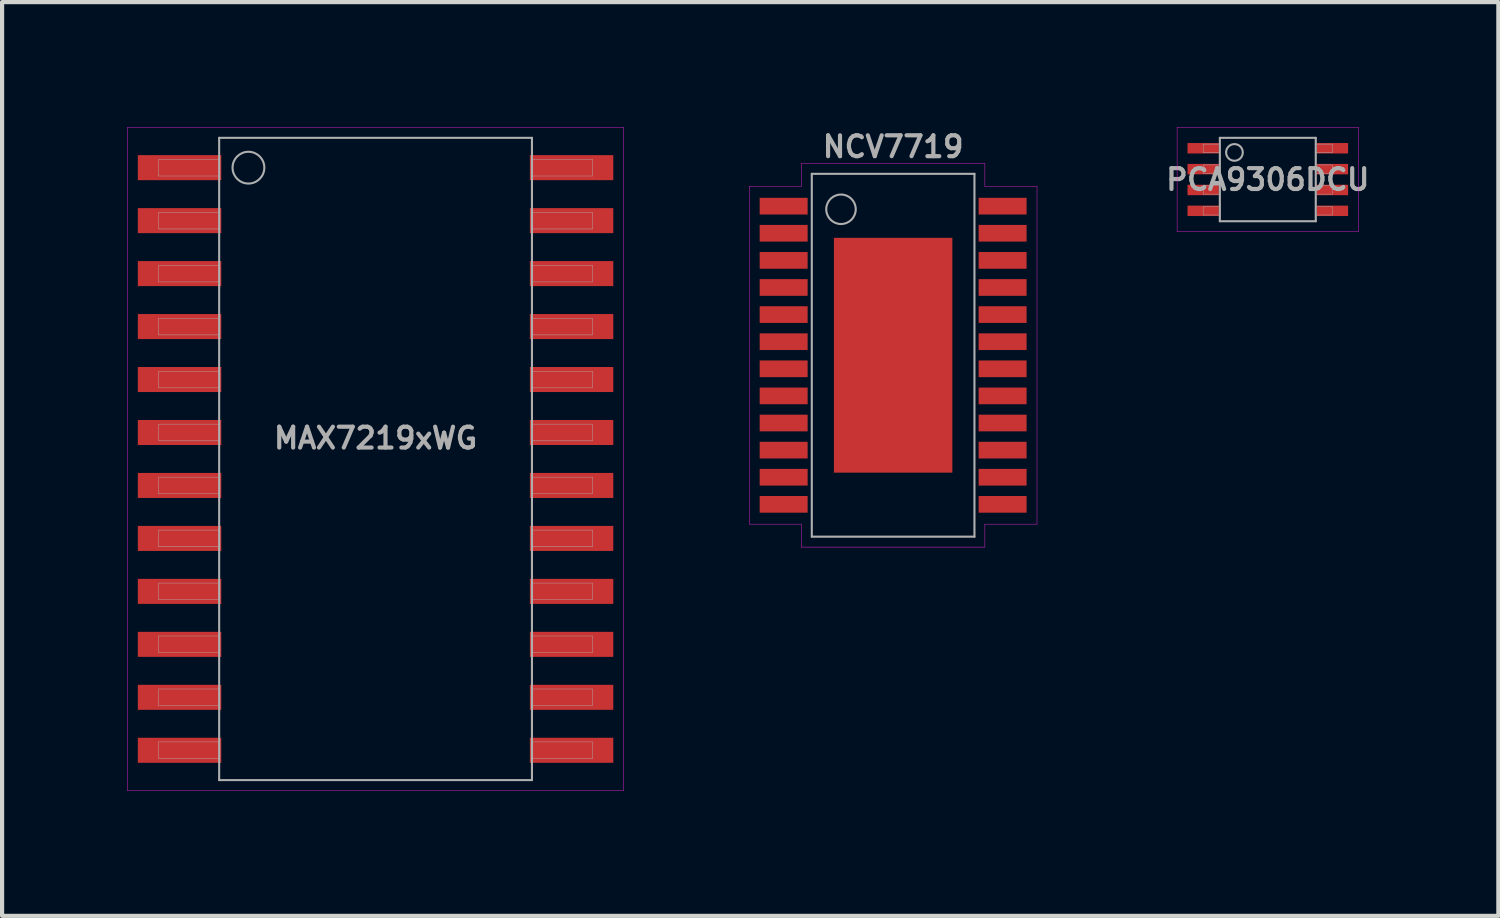
<source format=kicad_pcb>
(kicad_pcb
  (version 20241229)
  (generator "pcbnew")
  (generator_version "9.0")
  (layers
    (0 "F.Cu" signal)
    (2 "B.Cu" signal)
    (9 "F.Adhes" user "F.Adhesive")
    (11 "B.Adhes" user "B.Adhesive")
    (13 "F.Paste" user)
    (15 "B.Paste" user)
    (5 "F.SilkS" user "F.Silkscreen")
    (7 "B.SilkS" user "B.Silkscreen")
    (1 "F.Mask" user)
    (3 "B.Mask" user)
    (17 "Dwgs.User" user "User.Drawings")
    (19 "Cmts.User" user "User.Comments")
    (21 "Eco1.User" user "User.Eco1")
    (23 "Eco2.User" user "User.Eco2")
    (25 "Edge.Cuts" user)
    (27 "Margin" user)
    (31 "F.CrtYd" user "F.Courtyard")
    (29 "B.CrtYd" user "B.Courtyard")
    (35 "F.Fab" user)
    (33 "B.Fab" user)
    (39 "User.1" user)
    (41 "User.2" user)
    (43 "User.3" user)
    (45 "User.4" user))
  (footprint "PCA9306DCU"
    (layer "F.Cu")
    (at 27.349 1.255)
    (property "Reference" "PCA9306DCU" (at 0 0 0) (layer "F.Fab") (effects (font (size 0.5 0.5) (thickness 0.1))))
    (attr smd)
    (fp_line (start -2.175 -1.25) (end 2.175 -1.25) (stroke (width 0.01) (type solid)) (layer "F.CrtYd"))
    (fp_line (start -2.175 1.25) (end -2.175 -1.25) (stroke (width 0.01) (type solid)) (layer "F.CrtYd"))
    (fp_line (start 2.175 -1.25) (end 2.175 1.25) (stroke (width 0.01) (type solid)) (layer "F.CrtYd"))
    (fp_line (start 2.175 1.25) (end -2.175 1.25) (stroke (width 0.01) (type solid)) (layer "F.CrtYd"))
    (fp_line (start -1.55 -0.85) (end -1.55 -0.65) (stroke (width 0.01) (type solid)) (layer "F.Fab"))
    (fp_line (start -1.55 -0.65) (end -1.15 -0.65) (stroke (width 0.01) (type solid)) (layer "F.Fab"))
    (fp_line (start -1.55 -0.35) (end -1.55 -0.15) (stroke (width 0.01) (type solid)) (layer "F.Fab"))
    (fp_line (start -1.55 -0.15) (end -1.15 -0.15) (stroke (width 0.01) (type solid)) (layer "F.Fab"))
    (fp_line (start -1.55 0.15) (end -1.55 0.35) (stroke (width 0.01) (type solid)) (layer "F.Fab"))
    (fp_line (start -1.55 0.35) (end -1.15 0.35) (stroke (width 0.01) (type solid)) (layer "F.Fab"))
    (fp_line (start -1.55 0.65) (end -1.55 0.85) (stroke (width 0.01) (type solid)) (layer "F.Fab"))
    (fp_line (start -1.55 0.85) (end -1.15 0.85) (stroke (width 0.01) (type solid)) (layer "F.Fab"))
    (fp_line (start -1.15 -1) (end 1.15 -1) (stroke (width 0.05) (type solid)) (layer "F.Fab"))
    (fp_line (start -1.15 -0.85) (end -1.55 -0.85) (stroke (width 0.01) (type solid)) (layer "F.Fab"))
    (fp_line (start -1.15 -0.35) (end -1.55 -0.35) (stroke (width 0.01) (type solid)) (layer "F.Fab"))
    (fp_line (start -1.15 0.15) (end -1.55 0.15) (stroke (width 0.01) (type solid)) (layer "F.Fab"))
    (fp_line (start -1.15 0.65) (end -1.55 0.65) (stroke (width 0.01) (type solid)) (layer "F.Fab"))
    (fp_line (start -1.15 1) (end -1.15 -1) (stroke (width 0.05) (type solid)) (layer "F.Fab"))
    (fp_line (start 1.15 -1) (end 1.15 1) (stroke (width 0.05) (type solid)) (layer "F.Fab"))
    (fp_line (start 1.15 -0.65) (end 1.55 -0.65) (stroke (width 0.01) (type solid)) (layer "F.Fab"))
    (fp_line (start 1.15 -0.15) (end 1.55 -0.15) (stroke (width 0.01) (type solid)) (layer "F.Fab"))
    (fp_line (start 1.15 0.35) (end 1.55 0.35) (stroke (width 0.01) (type solid)) (layer "F.Fab"))
    (fp_line (start 1.15 0.85) (end 1.55 0.85) (stroke (width 0.01) (type solid)) (layer "F.Fab"))
    (fp_line (start 1.15 1) (end -1.15 1) (stroke (width 0.05) (type solid)) (layer "F.Fab"))
    (fp_line (start 1.55 -0.85) (end 1.15 -0.85) (stroke (width 0.01) (type solid)) (layer "F.Fab"))
    (fp_line (start 1.55 -0.65) (end 1.55 -0.85) (stroke (width 0.01) (type solid)) (layer "F.Fab"))
    (fp_line (start 1.55 -0.35) (end 1.15 -0.35) (stroke (width 0.01) (type solid)) (layer "F.Fab"))
    (fp_line (start 1.55 -0.15) (end 1.55 -0.35) (stroke (width 0.01) (type solid)) (layer "F.Fab"))
    (fp_line (start 1.55 0.15) (end 1.15 0.15) (stroke (width 0.01) (type solid)) (layer "F.Fab"))
    (fp_line (start 1.55 0.35) (end 1.55 0.15) (stroke (width 0.01) (type solid)) (layer "F.Fab"))
    (fp_line (start 1.55 0.65) (end 1.15 0.65) (stroke (width 0.01) (type solid)) (layer "F.Fab"))
    (fp_line (start 1.55 0.85) (end 1.55 0.65) (stroke (width 0.01) (type solid)) (layer "F.Fab"))
    (fp_circle (center -0.8 -0.65) (end -0.6 -0.65) (stroke (width 0.05) (type solid)) (fill no) (layer "F.Fab"))
    (pad "1" smd rect (at -1.55 -0.75 270) (size 0.25 0.75) (layers "F.Cu" "F.Mask" "F.Paste"))
    (pad "2" smd rect (at -1.55 -0.25 270) (size 0.25 0.75) (layers "F.Cu" "F.Mask" "F.Paste"))
    (pad "3" smd rect (at -1.55 0.25 270) (size 0.25 0.75) (layers "F.Cu" "F.Mask" "F.Paste"))
    (pad "4" smd rect (at -1.55 0.75 270) (size 0.25 0.75) (layers "F.Cu" "F.Mask" "F.Paste"))
    (pad "5" smd rect (at 1.55 0.75 270) (size 0.25 0.75) (layers "F.Cu" "F.Mask" "F.Paste"))
    (pad "6" smd rect (at 1.55 0.25 270) (size 0.25 0.75) (layers "F.Cu" "F.Mask" "F.Paste"))
    (pad "7" smd rect (at 1.55 -0.25 270) (size 0.25 0.75) (layers "F.Cu" "F.Mask" "F.Paste"))
    (pad "8" smd rect (at 1.55 -0.75 270) (size 0.25 0.75) (layers "F.Cu" "F.Mask" "F.Paste")))
  (footprint "NCV7719"
    (layer "F.Cu")
    (at 18.365 5.468)
    (property "Reference" "NCV7719" (at 0 -5 0) (layer "F.Fab") (effects (font (size 0.5 0.5) (thickness 0.1))))
    (attr smd)
    (fp_line (start -3.45 -4.05) (end -2.2 -4.05) (stroke (width 0.01) (type solid)) (layer "F.CrtYd"))
    (fp_line (start -3.45 4.05) (end -3.45 -4.05) (stroke (width 0.01) (type solid)) (layer "F.CrtYd"))
    (fp_line (start -3.45 4.05) (end -2.2 4.05) (stroke (width 0.01) (type solid)) (layer "F.CrtYd"))
    (fp_line (start -2.2 -4.6) (end 2.2 -4.6) (stroke (width 0.01) (type solid)) (layer "F.CrtYd"))
    (fp_line (start -2.2 -4.05) (end -2.2 -4.6) (stroke (width 0.01) (type solid)) (layer "F.CrtYd"))
    (fp_line (start -2.2 4.05) (end -2.2 4.6) (stroke (width 0.01) (type solid)) (layer "F.CrtYd"))
    (fp_line (start 2.2 -4.05) (end 2.2 -4.6) (stroke (width 0.01) (type solid)) (layer "F.CrtYd"))
    (fp_line (start 2.2 4.05) (end 2.2 4.6) (stroke (width 0.01) (type solid)) (layer "F.CrtYd"))
    (fp_line (start 2.2 4.6) (end -2.2 4.6) (stroke (width 0.01) (type solid)) (layer "F.CrtYd"))
    (fp_line (start 3.45 -4.05) (end 2.2 -4.05) (stroke (width 0.01) (type solid)) (layer "F.CrtYd"))
    (fp_line (start 3.45 -4.05) (end 3.45 4.05) (stroke (width 0.01) (type solid)) (layer "F.CrtYd"))
    (fp_line (start 3.45 4.05) (end 2.2 4.05) (stroke (width 0.01) (type solid)) (layer "F.CrtYd"))
    (fp_line (start -1.95 -4.35) (end 1.95 -4.35) (stroke (width 0.05) (type solid)) (layer "F.Fab"))
    (fp_line (start -1.95 4.35) (end -1.95 -4.35) (stroke (width 0.05) (type solid)) (layer "F.Fab"))
    (fp_line (start 1.95 -4.35) (end 1.95 4.35) (stroke (width 0.05) (type solid)) (layer "F.Fab"))
    (fp_line (start 1.95 4.35) (end -1.95 4.35) (stroke (width 0.05) (type solid)) (layer "F.Fab"))
    (fp_circle (center -1.25 -3.5) (end -1.5 -3.25) (stroke (width 0.05) (type solid)) (fill no) (layer "F.Fab"))
    (pad "" smd rect (at -0.75 -1.75) (size 1 1.5) (layers "F.Paste"))
    (pad "" smd rect (at -0.75 0) (size 1 1.5) (layers "F.Paste"))
    (pad "" smd rect (at -0.75 1.75) (size 1 1.5) (layers "F.Paste"))
    (pad "" smd rect (at 0.75 -1.75) (size 1 1.5) (layers "F.Paste"))
    (pad "" smd rect (at 0.75 0) (size 1 1.5) (layers "F.Paste"))
    (pad "" smd rect (at 0.75 1.75) (size 1 1.5) (layers "F.Paste"))
    (pad "1" smd rect (at -2.625 -3.575 270) (size 0.4 1.15) (layers "F.Cu" "F.Mask" "F.Paste"))
    (pad "2" smd rect (at -2.625 -2.925 270) (size 0.4 1.15) (layers "F.Cu" "F.Mask" "F.Paste"))
    (pad "3" smd rect (at -2.625 -2.275 270) (size 0.4 1.15) (layers "F.Cu" "F.Mask" "F.Paste"))
    (pad "4" smd rect (at -2.625 -1.625 270) (size 0.4 1.15) (layers "F.Cu" "F.Mask" "F.Paste"))
    (pad "5" smd rect (at -2.625 -0.975 270) (size 0.4 1.15) (layers "F.Cu" "F.Mask" "F.Paste"))
    (pad "6" smd rect (at -2.625 -0.325 270) (size 0.4 1.15) (layers "F.Cu" "F.Mask" "F.Paste"))
    (pad "7" smd rect (at -2.625 0.325 270) (size 0.4 1.15) (layers "F.Cu" "F.Mask" "F.Paste"))
    (pad "8" smd rect (at -2.625 0.975 270) (size 0.4 1.15) (layers "F.Cu" "F.Mask" "F.Paste"))
    (pad "9" smd rect (at -2.625 1.625 270) (size 0.4 1.15) (layers "F.Cu" "F.Mask" "F.Paste"))
    (pad "10" smd rect (at -2.625 2.275 270) (size 0.4 1.15) (layers "F.Cu" "F.Mask" "F.Paste"))
    (pad "11" smd rect (at -2.625 2.925 270) (size 0.4 1.15) (layers "F.Cu" "F.Mask" "F.Paste"))
    (pad "12" smd rect (at -2.625 3.575 270) (size 0.4 1.15) (layers "F.Cu" "F.Mask" "F.Paste"))
    (pad "13" smd rect (at 2.625 3.575 90) (size 0.4 1.15) (layers "F.Cu" "F.Mask" "F.Paste"))
    (pad "14" smd rect (at 2.625 2.925 90) (size 0.4 1.15) (layers "F.Cu" "F.Mask" "F.Paste"))
    (pad "15" smd rect (at 2.625 2.275 90) (size 0.4 1.15) (layers "F.Cu" "F.Mask" "F.Paste"))
    (pad "16" smd rect (at 2.625 1.625 90) (size 0.4 1.15) (layers "F.Cu" "F.Mask" "F.Paste"))
    (pad "17" smd rect (at 2.625 0.975 90) (size 0.4 1.15) (layers "F.Cu" "F.Mask" "F.Paste"))
    (pad "18" smd rect (at 2.625 0.325 90) (size 0.4 1.15) (layers "F.Cu" "F.Mask" "F.Paste"))
    (pad "19" smd rect (at 2.625 -0.325 90) (size 0.4 1.15) (layers "F.Cu" "F.Mask" "F.Paste"))
    (pad "20" smd rect (at 2.625 -0.975 90) (size 0.4 1.15) (layers "F.Cu" "F.Mask" "F.Paste"))
    (pad "21" smd rect (at 2.625 -1.625 90) (size 0.4 1.15) (layers "F.Cu" "F.Mask" "F.Paste"))
    (pad "22" smd rect (at 2.625 -2.275 90) (size 0.4 1.15) (layers "F.Cu" "F.Mask" "F.Paste"))
    (pad "23" smd rect (at 2.625 -2.925 90) (size 0.4 1.15) (layers "F.Cu" "F.Mask" "F.Paste"))
    (pad "24" smd rect (at 2.625 -3.575 90) (size 0.4 1.15) (layers "F.Cu" "F.Mask" "F.Paste"))
    (pad "T" smd rect (at 0 0) (size 2.84 5.63) (layers "F.Cu" "F.Mask")))
  (footprint "MAX7219xWG"
    (layer "F.Cu")
    (at 5.955 7.955)
    (property "Reference" "MAX7219xWG" (at 0 -0.5 0) (layer "F.Fab") (effects (font (size 0.5 0.5) (thickness 0.1))))
    (attr smd)
    (fp_line (start -5.95 -7.95) (end -5.95 7.95) (stroke (width 0.01) (type solid)) (layer "F.CrtYd"))
    (fp_line (start -5.95 -7.95) (end 5.95 -7.95) (stroke (width 0.01) (type solid)) (layer "F.CrtYd"))
    (fp_line (start -5.95 7.95) (end 5.95 7.95) (stroke (width 0.01) (type solid)) (layer "F.CrtYd"))
    (fp_line (start 5.95 -7.95) (end 5.95 7.95) (stroke (width 0.01) (type solid)) (layer "F.CrtYd"))
    (fp_line (start -5.2 -7.185) (end -5.2 -6.785) (stroke (width 0.01) (type solid)) (layer "F.Fab"))
    (fp_line (start -5.2 -7.185) (end -3.75 -7.185) (stroke (width 0.01) (type solid)) (layer "F.Fab"))
    (fp_line (start -5.2 -6.785) (end -3.75 -6.785) (stroke (width 0.01) (type solid)) (layer "F.Fab"))
    (fp_line (start -5.2 -5.915) (end -5.2 -5.515) (stroke (width 0.01) (type solid)) (layer "F.Fab"))
    (fp_line (start -5.2 -5.915) (end -3.75 -5.915) (stroke (width 0.01) (type solid)) (layer "F.Fab"))
    (fp_line (start -5.2 -5.515) (end -3.75 -5.515) (stroke (width 0.01) (type solid)) (layer "F.Fab"))
    (fp_line (start -5.2 -4.645) (end -5.2 -4.245) (stroke (width 0.01) (type solid)) (layer "F.Fab"))
    (fp_line (start -5.2 -4.645) (end -3.75 -4.645) (stroke (width 0.01) (type solid)) (layer "F.Fab"))
    (fp_line (start -5.2 -4.245) (end -3.75 -4.245) (stroke (width 0.01) (type solid)) (layer "F.Fab"))
    (fp_line (start -5.2 -3.375) (end -5.2 -2.975) (stroke (width 0.01) (type solid)) (layer "F.Fab"))
    (fp_line (start -5.2 -3.375) (end -3.75 -3.375) (stroke (width 0.01) (type solid)) (layer "F.Fab"))
    (fp_line (start -5.2 -2.975) (end -3.75 -2.975) (stroke (width 0.01) (type solid)) (layer "F.Fab"))
    (fp_line (start -5.2 -2.105) (end -5.2 -1.705) (stroke (width 0.01) (type solid)) (layer "F.Fab"))
    (fp_line (start -5.2 -2.105) (end -3.75 -2.105) (stroke (width 0.01) (type solid)) (layer "F.Fab"))
    (fp_line (start -5.2 -1.705) (end -3.75 -1.705) (stroke (width 0.01) (type solid)) (layer "F.Fab"))
    (fp_line (start -5.2 -0.835) (end -5.2 -0.435) (stroke (width 0.01) (type solid)) (layer "F.Fab"))
    (fp_line (start -5.2 -0.835) (end -3.75 -0.835) (stroke (width 0.01) (type solid)) (layer "F.Fab"))
    (fp_line (start -5.2 -0.435) (end -3.75 -0.435) (stroke (width 0.01) (type solid)) (layer "F.Fab"))
    (fp_line (start -5.2 0.435) (end -5.2 0.835) (stroke (width 0.01) (type solid)) (layer "F.Fab"))
    (fp_line (start -5.2 0.435) (end -3.75 0.435) (stroke (width 0.01) (type solid)) (layer "F.Fab"))
    (fp_line (start -5.2 0.835) (end -3.75 0.835) (stroke (width 0.01) (type solid)) (layer "F.Fab"))
    (fp_line (start -5.2 1.705) (end -5.2 2.105) (stroke (width 0.01) (type solid)) (layer "F.Fab"))
    (fp_line (start -5.2 1.705) (end -3.75 1.705) (stroke (width 0.01) (type solid)) (layer "F.Fab"))
    (fp_line (start -5.2 2.105) (end -3.75 2.105) (stroke (width 0.01) (type solid)) (layer "F.Fab"))
    (fp_line (start -5.2 2.975) (end -5.2 3.375) (stroke (width 0.01) (type solid)) (layer "F.Fab"))
    (fp_line (start -5.2 2.975) (end -3.75 2.975) (stroke (width 0.01) (type solid)) (layer "F.Fab"))
    (fp_line (start -5.2 3.375) (end -3.75 3.375) (stroke (width 0.01) (type solid)) (layer "F.Fab"))
    (fp_line (start -5.2 4.245) (end -5.2 4.645) (stroke (width 0.01) (type solid)) (layer "F.Fab"))
    (fp_line (start -5.2 4.245) (end -3.75 4.245) (stroke (width 0.01) (type solid)) (layer "F.Fab"))
    (fp_line (start -5.2 4.645) (end -3.75 4.645) (stroke (width 0.01) (type solid)) (layer "F.Fab"))
    (fp_line (start -5.2 5.515) (end -5.2 5.915) (stroke (width 0.01) (type solid)) (layer "F.Fab"))
    (fp_line (start -5.2 5.515) (end -3.75 5.515) (stroke (width 0.01) (type solid)) (layer "F.Fab"))
    (fp_line (start -5.2 5.915) (end -3.75 5.915) (stroke (width 0.01) (type solid)) (layer "F.Fab"))
    (fp_line (start -5.2 6.785) (end -5.2 7.185) (stroke (width 0.01) (type solid)) (layer "F.Fab"))
    (fp_line (start -5.2 6.785) (end -3.75 6.785) (stroke (width 0.01) (type solid)) (layer "F.Fab"))
    (fp_line (start -5.2 7.185) (end -3.75 7.185) (stroke (width 0.01) (type solid)) (layer "F.Fab"))
    (fp_line (start -3.75 -7.7) (end 3.75 -7.7) (stroke (width 0.05) (type solid)) (layer "F.Fab"))
    (fp_line (start -3.75 7.7) (end -3.75 -7.7) (stroke (width 0.05) (type solid)) (layer "F.Fab"))
    (fp_line (start 3.75 -7.7) (end 3.75 7.7) (stroke (width 0.05) (type solid)) (layer "F.Fab"))
    (fp_line (start 3.75 7.7) (end -3.75 7.7) (stroke (width 0.05) (type solid)) (layer "F.Fab"))
    (fp_line (start 5.2 -7.185) (end 3.75 -7.185) (stroke (width 0.01) (type solid)) (layer "F.Fab"))
    (fp_line (start 5.2 -6.785) (end 3.75 -6.785) (stroke (width 0.01) (type solid)) (layer "F.Fab"))
    (fp_line (start 5.2 -6.785) (end 5.2 -7.185) (stroke (width 0.01) (type solid)) (layer "F.Fab"))
    (fp_line (start 5.2 -5.915) (end 3.75 -5.915) (stroke (width 0.01) (type solid)) (layer "F.Fab"))
    (fp_line (start 5.2 -5.515) (end 3.75 -5.515) (stroke (width 0.01) (type solid)) (layer "F.Fab"))
    (fp_line (start 5.2 -5.515) (end 5.2 -5.915) (stroke (width 0.01) (type solid)) (layer "F.Fab"))
    (fp_line (start 5.2 -4.645) (end 3.75 -4.645) (stroke (width 0.01) (type solid)) (layer "F.Fab"))
    (fp_line (start 5.2 -4.245) (end 3.75 -4.245) (stroke (width 0.01) (type solid)) (layer "F.Fab"))
    (fp_line (start 5.2 -4.245) (end 5.2 -4.645) (stroke (width 0.01) (type solid)) (layer "F.Fab"))
    (fp_line (start 5.2 -3.375) (end 3.75 -3.375) (stroke (width 0.01) (type solid)) (layer "F.Fab"))
    (fp_line (start 5.2 -2.975) (end 3.75 -2.975) (stroke (width 0.01) (type solid)) (layer "F.Fab"))
    (fp_line (start 5.2 -2.975) (end 5.2 -3.375) (stroke (width 0.01) (type solid)) (layer "F.Fab"))
    (fp_line (start 5.2 -2.105) (end 3.75 -2.105) (stroke (width 0.01) (type solid)) (layer "F.Fab"))
    (fp_line (start 5.2 -1.705) (end 3.75 -1.705) (stroke (width 0.01) (type solid)) (layer "F.Fab"))
    (fp_line (start 5.2 -1.705) (end 5.2 -2.105) (stroke (width 0.01) (type solid)) (layer "F.Fab"))
    (fp_line (start 5.2 -0.835) (end 3.75 -0.835) (stroke (width 0.01) (type solid)) (layer "F.Fab"))
    (fp_line (start 5.2 -0.435) (end 3.75 -0.435) (stroke (width 0.01) (type solid)) (layer "F.Fab"))
    (fp_line (start 5.2 -0.435) (end 5.2 -0.835) (stroke (width 0.01) (type solid)) (layer "F.Fab"))
    (fp_line (start 5.2 0.435) (end 3.75 0.435) (stroke (width 0.01) (type solid)) (layer "F.Fab"))
    (fp_line (start 5.2 0.835) (end 3.75 0.835) (stroke (width 0.01) (type solid)) (layer "F.Fab"))
    (fp_line (start 5.2 0.835) (end 5.2 0.435) (stroke (width 0.01) (type solid)) (layer "F.Fab"))
    (fp_line (start 5.2 1.705) (end 3.75 1.705) (stroke (width 0.01) (type solid)) (layer "F.Fab"))
    (fp_line (start 5.2 2.105) (end 3.75 2.105) (stroke (width 0.01) (type solid)) (layer "F.Fab"))
    (fp_line (start 5.2 2.105) (end 5.2 1.705) (stroke (width 0.01) (type solid)) (layer "F.Fab"))
    (fp_line (start 5.2 2.975) (end 3.75 2.975) (stroke (width 0.01) (type solid)) (layer "F.Fab"))
    (fp_line (start 5.2 3.375) (end 3.75 3.375) (stroke (width 0.01) (type solid)) (layer "F.Fab"))
    (fp_line (start 5.2 3.375) (end 5.2 2.975) (stroke (width 0.01) (type solid)) (layer "F.Fab"))
    (fp_line (start 5.2 4.245) (end 3.75 4.245) (stroke (width 0.01) (type solid)) (layer "F.Fab"))
    (fp_line (start 5.2 4.645) (end 3.75 4.645) (stroke (width 0.01) (type solid)) (layer "F.Fab"))
    (fp_line (start 5.2 4.645) (end 5.2 4.245) (stroke (width 0.01) (type solid)) (layer "F.Fab"))
    (fp_line (start 5.2 5.515) (end 3.75 5.515) (stroke (width 0.01) (type solid)) (layer "F.Fab"))
    (fp_line (start 5.2 5.915) (end 3.75 5.915) (stroke (width 0.01) (type solid)) (layer "F.Fab"))
    (fp_line (start 5.2 5.915) (end 5.2 5.515) (stroke (width 0.01) (type solid)) (layer "F.Fab"))
    (fp_line (start 5.2 6.785) (end 3.75 6.785) (stroke (width 0.01) (type solid)) (layer "F.Fab"))
    (fp_line (start 5.2 7.185) (end 3.75 7.185) (stroke (width 0.01) (type solid)) (layer "F.Fab"))
    (fp_line (start 5.2 7.185) (end 5.2 6.785) (stroke (width 0.01) (type solid)) (layer "F.Fab"))
    (fp_circle (center -3.048 -6.985) (end -2.667 -6.985) (stroke (width 0.05) (type solid)) (fill no) (layer "F.Fab"))
    (pad "1" smd rect (at -4.7 -6.985) (size 2 0.6) (layers "F.Cu" "F.Mask" "F.Paste"))
    (pad "2" smd rect (at -4.7 -5.715) (size 2 0.6) (layers "F.Cu" "F.Mask" "F.Paste"))
    (pad "3" smd rect (at -4.7 -4.445) (size 2 0.6) (layers "F.Cu" "F.Mask" "F.Paste"))
    (pad "4" smd rect (at -4.7 -3.175) (size 2 0.6) (layers "F.Cu" "F.Mask" "F.Paste"))
    (pad "5" smd rect (at -4.7 -1.905) (size 2 0.6) (layers "F.Cu" "F.Mask" "F.Paste"))
    (pad "6" smd rect (at -4.7 -0.635) (size 2 0.6) (layers "F.Cu" "F.Mask" "F.Paste"))
    (pad "7" smd rect (at -4.7 0.635) (size 2 0.6) (layers "F.Cu" "F.Mask" "F.Paste"))
    (pad "8" smd rect (at -4.7 1.905) (size 2 0.6) (layers "F.Cu" "F.Mask" "F.Paste"))
    (pad "9" smd rect (at -4.7 3.175) (size 2 0.6) (layers "F.Cu" "F.Mask" "F.Paste"))
    (pad "10" smd rect (at -4.7 4.445) (size 2 0.6) (layers "F.Cu" "F.Mask" "F.Paste"))
    (pad "11" smd rect (at -4.7 5.715) (size 2 0.6) (layers "F.Cu" "F.Mask" "F.Paste"))
    (pad "12" smd rect (at -4.7 6.985) (size 2 0.6) (layers "F.Cu" "F.Mask" "F.Paste"))
    (pad "13" smd rect (at 4.7 6.985) (size 2 0.6) (layers "F.Cu" "F.Mask" "F.Paste"))
    (pad "14" smd rect (at 4.7 5.715) (size 2 0.6) (layers "F.Cu" "F.Mask" "F.Paste"))
    (pad "15" smd rect (at 4.7 4.445) (size 2 0.6) (layers "F.Cu" "F.Mask" "F.Paste"))
    (pad "16" smd rect (at 4.7 3.175) (size 2 0.6) (layers "F.Cu" "F.Mask" "F.Paste"))
    (pad "17" smd rect (at 4.7 1.905) (size 2 0.6) (layers "F.Cu" "F.Mask" "F.Paste"))
    (pad "18" smd rect (at 4.7 0.635) (size 2 0.6) (layers "F.Cu" "F.Mask" "F.Paste"))
    (pad "19" smd rect (at 4.7 -0.635) (size 2 0.6) (layers "F.Cu" "F.Mask" "F.Paste"))
    (pad "20" smd rect (at 4.7 -1.905) (size 2 0.6) (layers "F.Cu" "F.Mask" "F.Paste"))
    (pad "21" smd rect (at 4.7 -3.175) (size 2 0.6) (layers "F.Cu" "F.Mask" "F.Paste"))
    (pad "22" smd rect (at 4.7 -4.445) (size 2 0.6) (layers "F.Cu" "F.Mask" "F.Paste"))
    (pad "23" smd rect (at 4.7 -5.715) (size 2 0.6) (layers "F.Cu" "F.Mask" "F.Paste"))
    (pad "24" smd rect (at 4.7 -6.985) (size 2 0.6) (layers "F.Cu" "F.Mask" "F.Paste")))
  (gr_rect
    (start -3 -3)
    (end 32.877 18.91)
    (stroke (width 0.1) (type default))
    (fill no)
    (layer "Edge.Cuts")))
</source>
